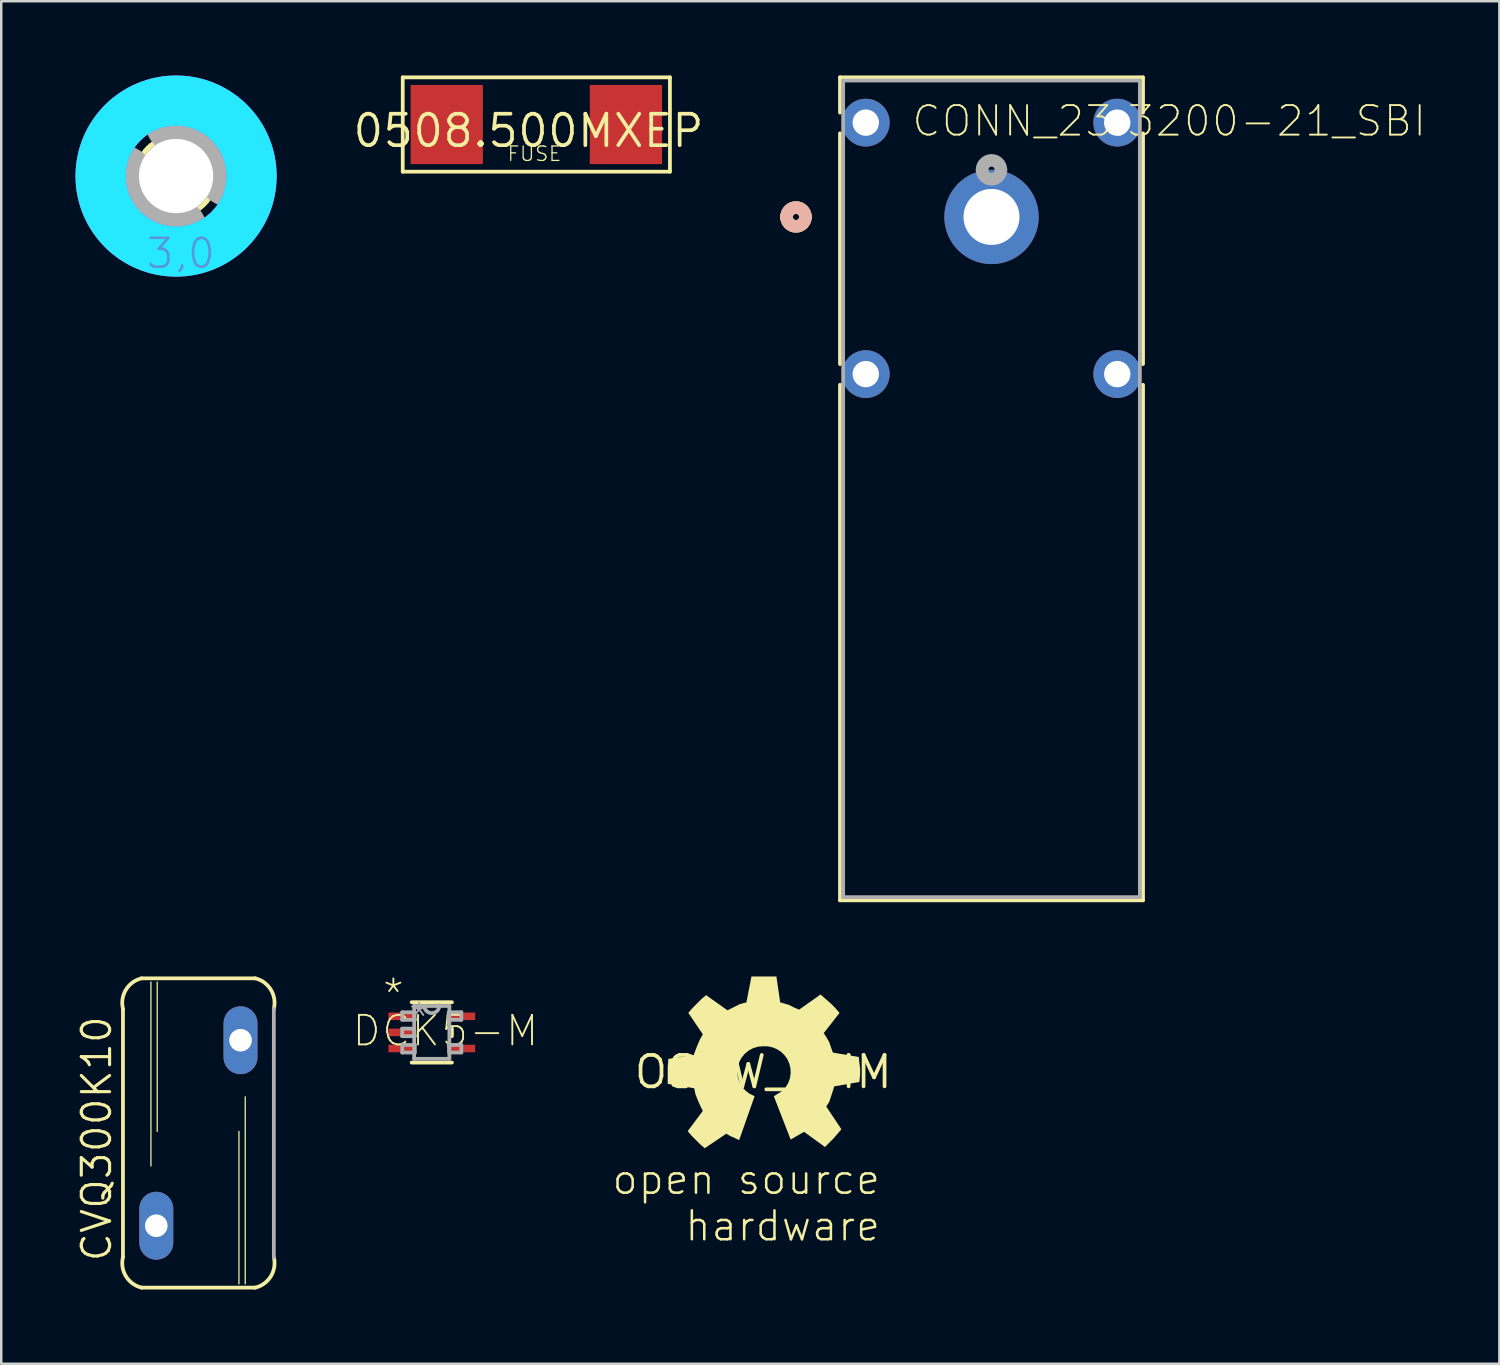
<source format=kicad_pcb>
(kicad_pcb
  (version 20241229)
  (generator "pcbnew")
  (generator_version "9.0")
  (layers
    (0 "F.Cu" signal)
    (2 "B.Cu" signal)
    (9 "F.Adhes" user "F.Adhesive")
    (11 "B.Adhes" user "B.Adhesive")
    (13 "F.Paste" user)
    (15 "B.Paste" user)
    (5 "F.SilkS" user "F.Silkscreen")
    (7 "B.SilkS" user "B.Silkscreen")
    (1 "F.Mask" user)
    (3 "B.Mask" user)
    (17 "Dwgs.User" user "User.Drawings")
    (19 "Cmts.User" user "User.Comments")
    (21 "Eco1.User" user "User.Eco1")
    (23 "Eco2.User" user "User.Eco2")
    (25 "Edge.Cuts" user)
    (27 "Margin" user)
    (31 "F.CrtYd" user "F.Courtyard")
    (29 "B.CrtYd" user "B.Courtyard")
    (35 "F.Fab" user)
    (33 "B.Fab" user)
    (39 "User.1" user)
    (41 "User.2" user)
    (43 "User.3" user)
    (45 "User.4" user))
  (footprint "CONN_23.3200-21_SBI"
    (layer "F.Cu")
    (at 37.01 5.715)
    (property "Reference" "CONN_23.3200-21_SBI" (at -3.277 -3.175 0) (layer "F.SilkS") (effects (font (size 1.194 1.194) (thickness 0.076)) (justify left bottom)))
    (fp_line (start -6.121 -5.639) (end -6.121 -4.216) (stroke (width 0.152) (type solid)) (layer "F.SilkS"))
    (fp_line (start -6.121 -3.378) (end -6.121 5.944) (stroke (width 0.152) (type solid)) (layer "F.SilkS"))
    (fp_line (start -6.121 6.782) (end -6.121 27.61) (stroke (width 0.152) (type solid)) (layer "F.SilkS"))
    (fp_line (start -6.121 27.61) (end 6.121 27.61) (stroke (width 0.152) (type solid)) (layer "F.SilkS"))
    (fp_line (start 6.121 -5.639) (end -6.121 -5.639) (stroke (width 0.152) (type solid)) (layer "F.SilkS"))
    (fp_line (start 6.121 -4.216) (end 6.121 -5.639) (stroke (width 0.152) (type solid)) (layer "F.SilkS"))
    (fp_line (start 6.121 5.944) (end 6.121 -3.378) (stroke (width 0.152) (type solid)) (layer "F.SilkS"))
    (fp_line (start 6.121 27.61) (end 6.121 6.782) (stroke (width 0.152) (type solid)) (layer "F.SilkS"))
    (fp_arc (start -8.2804 0) (mid -7.8994 -0.381) (end -7.5184 0) (stroke (width 0.508) (type solid)) (layer "F.SilkS"))
    (fp_arc (start -7.5184 0) (mid -7.8994 0.381) (end -8.2804 0) (stroke (width 0.508) (type solid)) (layer "F.SilkS"))
    (fp_arc (start -8.2804 0) (mid -7.8994 -0.381) (end -7.5184 0) (stroke (width 0.508) (type solid)) (layer "B.SilkS"))
    (fp_arc (start -7.5184 0) (mid -7.8994 0.381) (end -8.2804 0) (stroke (width 0.508) (type solid)) (layer "B.SilkS"))
    (fp_line (start -5.994 -5.512) (end -5.994 27.483) (stroke (width 0.152) (type solid)) (layer "F.Fab"))
    (fp_line (start -5.994 27.483) (end 5.994 27.483) (stroke (width 0.152) (type solid)) (layer "F.Fab"))
    (fp_line (start 5.994 -5.512) (end -5.994 -5.512) (stroke (width 0.152) (type solid)) (layer "F.Fab"))
    (fp_line (start 5.994 27.483) (end 5.994 -5.512) (stroke (width 0.152) (type solid)) (layer "F.Fab"))
    (fp_arc (start -0.381 -1.905) (mid 0 -2.286) (end 0.381 -1.905) (stroke (width 0.508) (type solid)) (layer "F.Fab"))
    (fp_arc (start 0.381 -1.905) (mid 0 -1.524) (end -0.381 -1.905) (stroke (width 0.508) (type solid)) (layer "F.Fab"))
    (pad "1" thru_hole circle (at 0 0) (size 3.81 3.81) (drill 2.261) (layers "*.Cu" "*.Mask"))
    (pad "2" thru_hole circle (at -5.08 -3.81 90) (size 1.93 1.93) (drill 1.067) (layers "*.Cu" "*.Mask"))
    (pad "3" thru_hole circle (at 5.08 -3.81 90) (size 1.93 1.93) (drill 1.067) (layers "*.Cu" "*.Mask"))
    (pad "4" thru_hole circle (at -5.08 6.35 90) (size 1.93 1.93) (drill 1.067) (layers "*.Cu" "*.Mask"))
    (pad "5" thru_hole circle (at 5.08 6.35 90) (size 1.93 1.93) (drill 1.067) (layers "*.Cu" "*.Mask")))
  (footprint "0508.500MXEP"
    (layer "F.Cu")
    (at 18.302 2.235)
    (property "Reference" "0508.500MXEP" (at 0 0 0) (layer "F.SilkS") (effects (font (size 1.27 1.27) (thickness 0.15))))
    (fp_line (start -5.08 -2.159) (end 5.715 -2.159) (stroke (width 0.152) (type solid)) (layer "F.SilkS"))
    (fp_line (start -5.08 1.651) (end -5.08 -2.159) (stroke (width 0.152) (type solid)) (layer "F.SilkS"))
    (fp_line (start 5.715 -2.159) (end 5.715 1.651) (stroke (width 0.152) (type solid)) (layer "F.SilkS"))
    (fp_line (start 5.715 1.651) (end -5.08 1.651) (stroke (width 0.152) (type solid)) (layer "F.SilkS"))
    (fp_text user "FUSE" (at -0.889 1.27 0) (layer "F.SilkS") (effects (font (size 0.584 0.584) (thickness 0.051)) (justify left bottom)))
    (pad "P$1" smd rect (at -3.302 -0.254 270) (size 3.2 2.921) (layers "F.Cu" "F.Mask" "F.Paste"))
    (pad "P$2" smd rect (at 3.937 -0.254 270) (size 3.2 2.921) (layers "F.Cu" "F.Mask" "F.Paste")))
  (footprint "DCK5-M"
    (layer "F.Cu")
    (at 14.395 38.662)
    (property "Reference" "DCK5-M" (at -3.277 0.635 0) (layer "F.SilkS") (effects (font (size 1.194 1.194) (thickness 0.076)) (justify left bottom)))
    (fp_line (start -0.813 1.219) (end 0.813 1.219) (stroke (width 0.152) (type solid)) (layer "F.SilkS"))
    (fp_line (start 0.813 -1.219) (end -0.813 -1.219) (stroke (width 0.152) (type solid)) (layer "F.SilkS"))
    (fp_line (start 0.813 0.152) (end 0.813 -0.152) (stroke (width 0.152) (type solid)) (layer "F.SilkS"))
    (fp_line (start -1.194 -0.813) (end -1.194 -0.508) (stroke (width 0.152) (type solid)) (layer "F.Fab"))
    (fp_line (start -1.194 -0.508) (end -0.686 -0.508) (stroke (width 0.152) (type solid)) (layer "F.Fab"))
    (fp_line (start -1.194 -0.152) (end -1.194 0.152) (stroke (width 0.152) (type solid)) (layer "F.Fab"))
    (fp_line (start -1.194 0.152) (end -0.686 0.152) (stroke (width 0.152) (type solid)) (layer "F.Fab"))
    (fp_line (start -1.194 0.508) (end -1.194 0.813) (stroke (width 0.152) (type solid)) (layer "F.Fab"))
    (fp_line (start -1.194 0.813) (end -0.686 0.813) (stroke (width 0.152) (type solid)) (layer "F.Fab"))
    (fp_line (start -0.711 -1.067) (end -0.711 -0.813) (stroke (width 0.152) (type solid)) (layer "F.Fab"))
    (fp_line (start -0.711 -0.813) (end -1.194 -0.813) (stroke (width 0.152) (type solid)) (layer "F.Fab"))
    (fp_line (start -0.711 -0.813) (end -0.711 -0.152) (stroke (width 0.152) (type solid)) (layer "F.Fab"))
    (fp_line (start -0.711 -0.152) (end -1.194 -0.152) (stroke (width 0.152) (type solid)) (layer "F.Fab"))
    (fp_line (start -0.711 -0.152) (end -0.711 1.067) (stroke (width 0.152) (type solid)) (layer "F.Fab"))
    (fp_line (start -0.711 1.067) (end 0.711 1.067) (stroke (width 0.152) (type solid)) (layer "F.Fab"))
    (fp_line (start -0.686 -0.508) (end -0.711 -0.813) (stroke (width 0.152) (type solid)) (layer "F.Fab"))
    (fp_line (start -0.686 0.152) (end -0.711 -0.152) (stroke (width 0.152) (type solid)) (layer "F.Fab"))
    (fp_line (start -0.686 0.508) (end -1.194 0.508) (stroke (width 0.152) (type solid)) (layer "F.Fab"))
    (fp_line (start -0.686 0.813) (end -0.686 0.508) (stroke (width 0.152) (type solid)) (layer "F.Fab"))
    (fp_line (start -0.305 -1.067) (end -0.711 -1.067) (stroke (width 0.152) (type solid)) (layer "F.Fab"))
    (fp_line (start 0.686 -0.813) (end 0.686 -0.508) (stroke (width 0.152) (type solid)) (layer "F.Fab"))
    (fp_line (start 0.686 -0.508) (end 1.194 -0.508) (stroke (width 0.152) (type solid)) (layer "F.Fab"))
    (fp_line (start 0.686 0.508) (end 0.711 0.813) (stroke (width 0.152) (type solid)) (layer "F.Fab"))
    (fp_line (start 0.711 -1.067) (end -0.305 -1.067) (stroke (width 0.152) (type solid)) (layer "F.Fab"))
    (fp_line (start 0.711 0.813) (end 0.711 -1.067) (stroke (width 0.152) (type solid)) (layer "F.Fab"))
    (fp_line (start 0.711 0.813) (end 1.194 0.813) (stroke (width 0.152) (type solid)) (layer "F.Fab"))
    (fp_line (start 0.711 1.067) (end 0.711 0.813) (stroke (width 0.152) (type solid)) (layer "F.Fab"))
    (fp_line (start 1.194 -0.813) (end 0.686 -0.813) (stroke (width 0.152) (type solid)) (layer "F.Fab"))
    (fp_line (start 1.194 -0.508) (end 1.194 -0.813) (stroke (width 0.152) (type solid)) (layer "F.Fab"))
    (fp_line (start 1.194 0.508) (end 0.686 0.508) (stroke (width 0.152) (type solid)) (layer "F.Fab"))
    (fp_line (start 1.194 0.813) (end 1.194 0.508) (stroke (width 0.152) (type solid)) (layer "F.Fab"))
    (fp_arc (start 0.3048 -1.0922) (mid 0.0127 -0.7747) (end -0.3048 -1.0668) (stroke (width 0.1524) (type solid)) (layer "F.Fab"))
    (fp_text user "*" (at -2.057 -0.838 0) (layer "F.SilkS") (effects (font (size 1.194 1.194) (thickness 0.076)) (justify left bottom)))
    (fp_text user "*" (at -1.016 0.127 0) (layer "F.Fab") (effects (font (size 1.194 1.194) (thickness 0.076)) (justify left bottom)))
    (pad "1" smd rect (at -1.226 -0.65) (size 1.054 0.305) (layers "F.Cu" "F.Mask" "F.Paste"))
    (pad "2" smd rect (at -1.226 0) (size 1.054 0.305) (layers "F.Cu" "F.Mask" "F.Paste"))
    (pad "3" smd rect (at -1.226 0.65) (size 1.054 0.305) (layers "F.Cu" "F.Mask" "F.Paste"))
    (pad "4" smd rect (at 1.226 0.65) (size 1.054 0.305) (layers "F.Cu" "F.Mask" "F.Paste"))
    (pad "5" smd rect (at 1.226 -0.65) (size 1.054 0.305) (layers "F.Cu" "F.Mask" "F.Paste")))
  (footprint "CVQ300K10"
    (layer "F.Cu")
    (at 4.966 42.726)
    (property "Reference" "CVQ300K10" (at -3.442 5.271 90) (layer "F.SilkS") (effects (font (size 1.143 1.143) (thickness 0.127)) (justify left bottom)))
    (fp_line (start -3.048 5.016) (end -3.048 -5.016) (stroke (width 0.152) (type solid)) (layer "F.SilkS"))
    (fp_line (start -2.299 -6.248) (end 2.299 -6.248) (stroke (width 0.152) (type solid)) (layer "F.SilkS"))
    (fp_line (start -2.299 6.248) (end 2.299 6.248) (stroke (width 0.152) (type solid)) (layer "F.SilkS"))
    (fp_line (start -1.918 1.333) (end -1.918 -6.096) (stroke (width 0.051) (type solid)) (layer "F.SilkS"))
    (fp_line (start -1.664 -0.064) (end -1.664 -6.096) (stroke (width 0.051) (type solid)) (layer "F.SilkS"))
    (fp_line (start 1.638 6.096) (end 1.638 -0.064) (stroke (width 0.051) (type solid)) (layer "F.SilkS"))
    (fp_line (start 1.892 6.096) (end 1.892 -1.46) (stroke (width 0.051) (type solid)) (layer "F.SilkS"))
    (fp_arc (start -3.048 -5.0165) (mid -2.928485 -5.787635) (end -2.2987 -6.2484) (stroke (width 0.1524) (type solid)) (layer "F.SilkS"))
    (fp_arc (start -2.2987 6.2484) (mid -2.928485 5.787635) (end -3.048 5.0165) (stroke (width 0.1524) (type solid)) (layer "F.SilkS"))
    (fp_arc (start 2.2987 -6.2484) (mid 2.928485 -5.787635) (end 3.048 -5.0165) (stroke (width 0.1524) (type solid)) (layer "F.SilkS"))
    (fp_arc (start 3.048 5.0165) (mid 2.928485 5.787635) (end 2.2987 6.2484) (stroke (width 0.1524) (type solid)) (layer "F.SilkS"))
    (fp_line (start 3.048 5.016) (end 3.048 -5.016) (stroke (width 0.152) (type solid)) (layer "F.Fab"))
    (pad "1" thru_hole oval (at -1.702 3.747 90) (size 2.743 1.372) (drill 0.914) (layers "*.Cu" "*.Mask"))
    (pad "2" thru_hole oval (at 1.702 -3.747 90) (size 2.743 1.372) (drill 0.914) (layers "*.Cu" "*.Mask")))
  (footprint "3,0"
    (layer "F.Cu")
    (at 4.064 4.064)
    (property "Reference" "3,0" (at 0 0 0) (layer "F.SilkS") (effects (font (size 1.27 1.27) (thickness 0.15))))
    (fp_circle (center 0 0) (end 1.6 0) (stroke (width 0.203) (type solid)) (fill no) (layer "F.SilkS"))
    (fp_circle (center 0 0) (end 3.429 0) (stroke (width 0.152) (type solid)) (fill no) (layer "F.SilkS"))
    (fp_circle (center 0 0) (end 3.048 0) (stroke (width 2.032) (type solid)) (fill no) (layer "B.CrtYd"))
    (fp_circle (center 0 0) (end 3.048 0) (stroke (width 2.032) (type solid)) (fill no) (layer "F.CrtYd"))
    (fp_arc (start 0 -2.159) (mid 1.526644 -1.526644) (end 2.159 0) (stroke (width 2.4892) (type solid)) (layer "F.Fab"))
    (fp_arc (start 0 2.159) (mid -1.526644 1.526644) (end -2.159 0) (stroke (width 2.4892) (type solid)) (layer "F.Fab"))
    (fp_circle (center 0 0) (end 0.762 0) (stroke (width 0.457) (type solid)) (fill no) (layer "F.Fab"))
    (fp_text user "3,0" (at -1.27 3.81 0) (layer "Cmts.User") (effects (font (size 1.168 1.168) (thickness 0.102)) (justify left bottom)))
    (pad "" np_thru_hole circle (at 0 0) (size 3 3) (drill 3) (layers "*.Cu" "*.Mask"))
    (zone (net_name "") (layer "F.Cu") (hatch edge 0.5) (connect_pads) (min_thickness 0.25) (filled_areas_thickness no) (keepout (tracks not_allowed) (vias not_allowed) (pads not_allowed) (copperpour not_allowed) (footprints allowed)) (placement (enabled no)) (fill) (polygon (pts (xy 8.128 4.064) (xy 8.108 3.659) (xy 8.047 3.259) (xy 7.947 2.866) (xy 7.809 2.485) (xy 7.633 2.12) (xy 7.422 1.775) (xy 7.177 1.452) (xy 6.902 1.155) (xy 6.598 0.887) (xy 6.269 0.65) (xy 5.918 0.448) (xy 5.549 0.281) (xy 5.165 0.152) (xy 4.77 0.062) (xy 4.368 0.011) (xy 3.963 0.001) (xy 3.559 0.032) (xy 3.16 0.102) (xy 2.77 0.212) (xy 2.393 0.36) (xy 2.032 0.544) (xy 1.692 0.764) (xy 1.375 1.017) (xy 1.085 1.3) (xy 0.824 1.61) (xy 0.596 1.945) (xy 0.402 2.301) (xy 0.245 2.674) (xy 0.126 3.061) (xy 0.045 3.458) (xy 0.005 3.861) (xy 0.005 4.267) (xy 0.045 4.67) (xy 0.126 5.067) (xy 0.245 5.454) (xy 0.402 5.827) (xy 0.596 6.183) (xy 0.824 6.518) (xy 1.085 6.828) (xy 1.375 7.111) (xy 1.692 7.364) (xy 2.032 7.584) (xy 2.393 7.768) (xy 2.77 7.916) (xy 3.16 8.026) (xy 3.559 8.096) (xy 3.963 8.127) (xy 4.368 8.117) (xy 4.77 8.066) (xy 5.165 7.976) (xy 5.549 7.847) (xy 5.918 7.68) (xy 6.269 7.478) (xy 6.598 7.241) (xy 6.902 6.973) (xy 7.177 6.676) (xy 7.422 6.353) (xy 7.633 6.008) (xy 7.809 5.643) (xy 7.947 5.262) (xy 8.047 4.869) (xy 8.108 4.469))) (polygon (pts (xy 6.096 4.064) (xy 6.076 3.781) (xy 6.017 3.504) (xy 5.92 3.238) (xy 5.787 2.987) (xy 5.621 2.758) (xy 5.424 2.554) (xy 5.2 2.379) (xy 4.955 2.238) (xy 4.692 2.131) (xy 4.417 2.063) (xy 4.135 2.033) (xy 3.852 2.043) (xy 3.572 2.092) (xy 3.303 2.18) (xy 3.048 2.304) (xy 2.813 2.463) (xy 2.602 2.652) (xy 2.42 2.87) (xy 2.27 3.11) (xy 2.155 3.369) (xy 2.076 3.642) (xy 2.037 3.922) (xy 2.037 4.206) (xy 2.076 4.486) (xy 2.155 4.759) (xy 2.27 5.018) (xy 2.42 5.258) (xy 2.602 5.476) (xy 2.813 5.665) (xy 3.048 5.824) (xy 3.303 5.948) (xy 3.572 6.036) (xy 3.852 6.085) (xy 4.135 6.095) (xy 4.417 6.065) (xy 4.692 5.997) (xy 4.955 5.89) (xy 5.2 5.749) (xy 5.424 5.574) (xy 5.621 5.37) (xy 5.787 5.141) (xy 5.92 4.89) (xy 6.017 4.624) (xy 6.076 4.347))))
    (zone (net_name "") (layers "F.Cu" "B.Cu") (hatch edge 0.5) (connect_pads) (min_thickness 0.25) (filled_areas_thickness no) (keepout (tracks allowed) (vias not_allowed) (pads allowed) (copperpour allowed) (footprints allowed)) (placement (enabled no)) (fill) (polygon (pts (xy 8.128 4.064) (xy 8.108 3.659) (xy 8.047 3.259) (xy 7.947 2.866) (xy 7.809 2.485) (xy 7.633 2.12) (xy 7.422 1.775) (xy 7.177 1.452) (xy 6.902 1.155) (xy 6.598 0.887) (xy 6.269 0.65) (xy 5.918 0.448) (xy 5.549 0.281) (xy 5.165 0.152) (xy 4.77 0.062) (xy 4.368 0.011) (xy 3.963 0.001) (xy 3.559 0.032) (xy 3.16 0.102) (xy 2.77 0.212) (xy 2.393 0.36) (xy 2.032 0.544) (xy 1.692 0.764) (xy 1.375 1.017) (xy 1.085 1.3) (xy 0.824 1.61) (xy 0.596 1.945) (xy 0.402 2.301) (xy 0.245 2.674) (xy 0.126 3.061) (xy 0.045 3.458) (xy 0.005 3.861) (xy 0.005 4.267) (xy 0.045 4.67) (xy 0.126 5.067) (xy 0.245 5.454) (xy 0.402 5.827) (xy 0.596 6.183) (xy 0.824 6.518) (xy 1.085 6.828) (xy 1.375 7.111) (xy 1.692 7.364) (xy 2.032 7.584) (xy 2.393 7.768) (xy 2.77 7.916) (xy 3.16 8.026) (xy 3.559 8.096) (xy 3.963 8.127) (xy 4.368 8.117) (xy 4.77 8.066) (xy 5.165 7.976) (xy 5.549 7.847) (xy 5.918 7.68) (xy 6.269 7.478) (xy 6.598 7.241) (xy 6.902 6.973) (xy 7.177 6.676) (xy 7.422 6.353) (xy 7.633 6.008) (xy 7.809 5.643) (xy 7.947 5.262) (xy 8.047 4.869) (xy 8.108 4.469))) (polygon (pts (xy 6.096 4.064) (xy 6.076 3.781) (xy 6.017 3.504) (xy 5.92 3.238) (xy 5.787 2.987) (xy 5.621 2.758) (xy 5.424 2.554) (xy 5.2 2.379) (xy 4.955 2.238) (xy 4.692 2.131) (xy 4.417 2.063) (xy 4.135 2.033) (xy 3.852 2.043) (xy 3.572 2.092) (xy 3.303 2.18) (xy 3.048 2.304) (xy 2.813 2.463) (xy 2.602 2.652) (xy 2.42 2.87) (xy 2.27 3.11) (xy 2.155 3.369) (xy 2.076 3.642) (xy 2.037 3.922) (xy 2.037 4.206) (xy 2.076 4.486) (xy 2.155 4.759) (xy 2.27 5.018) (xy 2.42 5.258) (xy 2.602 5.476) (xy 2.813 5.665) (xy 3.048 5.824) (xy 3.303 5.948) (xy 3.572 6.036) (xy 3.852 6.085) (xy 4.135 6.095) (xy 4.417 6.065) (xy 4.692 5.997) (xy 4.955 5.89) (xy 5.2 5.749) (xy 5.424 5.574) (xy 5.621 5.37) (xy 5.787 5.141) (xy 5.92 4.89) (xy 6.017 4.624) (xy 6.076 4.347))))
    (zone (net_name "") (layer "B.Cu") (hatch edge 0.5) (connect_pads) (min_thickness 0.25) (filled_areas_thickness no) (keepout (tracks not_allowed) (vias not_allowed) (pads not_allowed) (copperpour not_allowed) (footprints allowed)) (placement (enabled no)) (fill) (polygon (pts (xy 8.128 4.064) (xy 8.108 3.659) (xy 8.047 3.259) (xy 7.947 2.866) (xy 7.809 2.485) (xy 7.633 2.12) (xy 7.422 1.775) (xy 7.177 1.452) (xy 6.902 1.155) (xy 6.598 0.887) (xy 6.269 0.65) (xy 5.918 0.448) (xy 5.549 0.281) (xy 5.165 0.152) (xy 4.77 0.062) (xy 4.368 0.011) (xy 3.963 0.001) (xy 3.559 0.032) (xy 3.16 0.102) (xy 2.77 0.212) (xy 2.393 0.36) (xy 2.032 0.544) (xy 1.692 0.764) (xy 1.375 1.017) (xy 1.085 1.3) (xy 0.824 1.61) (xy 0.596 1.945) (xy 0.402 2.301) (xy 0.245 2.674) (xy 0.126 3.061) (xy 0.045 3.458) (xy 0.005 3.861) (xy 0.005 4.267) (xy 0.045 4.67) (xy 0.126 5.067) (xy 0.245 5.454) (xy 0.402 5.827) (xy 0.596 6.183) (xy 0.824 6.518) (xy 1.085 6.828) (xy 1.375 7.111) (xy 1.692 7.364) (xy 2.032 7.584) (xy 2.393 7.768) (xy 2.77 7.916) (xy 3.16 8.026) (xy 3.559 8.096) (xy 3.963 8.127) (xy 4.368 8.117) (xy 4.77 8.066) (xy 5.165 7.976) (xy 5.549 7.847) (xy 5.918 7.68) (xy 6.269 7.478) (xy 6.598 7.241) (xy 6.902 6.973) (xy 7.177 6.676) (xy 7.422 6.353) (xy 7.633 6.008) (xy 7.809 5.643) (xy 7.947 5.262) (xy 8.047 4.869) (xy 8.108 4.469))) (polygon (pts (xy 6.096 4.064) (xy 6.076 3.781) (xy 6.017 3.504) (xy 5.92 3.238) (xy 5.787 2.987) (xy 5.621 2.758) (xy 5.424 2.554) (xy 5.2 2.379) (xy 4.955 2.238) (xy 4.692 2.131) (xy 4.417 2.063) (xy 4.135 2.033) (xy 3.852 2.043) (xy 3.572 2.092) (xy 3.303 2.18) (xy 3.048 2.304) (xy 2.813 2.463) (xy 2.602 2.652) (xy 2.42 2.87) (xy 2.27 3.11) (xy 2.155 3.369) (xy 2.076 3.642) (xy 2.037 3.922) (xy 2.037 4.206) (xy 2.076 4.486) (xy 2.155 4.759) (xy 2.27 5.018) (xy 2.42 5.258) (xy 2.602 5.476) (xy 2.813 5.665) (xy 3.048 5.824) (xy 3.303 5.948) (xy 3.572 6.036) (xy 3.852 6.085) (xy 4.135 6.095) (xy 4.417 6.065) (xy 4.692 5.997) (xy 4.955 5.89) (xy 5.2 5.749) (xy 5.424 5.574) (xy 5.621 5.37) (xy 5.787 5.141) (xy 5.92 4.89) (xy 6.017 4.624) (xy 6.076 4.347)))))
  (footprint "OSHW_8MM"
    (layer "F.Cu")
    (at 27.789 40.262)
    (property "Reference" "OSHW_8MM" (at 0 0 0) (layer "F.SilkS") (effects (font (size 1.27 1.27) (thickness 0.15))))
    (fp_poly (pts (xy 0.683 -2.814) (xy 0.845 -2.768) (xy 1.025 -2.716) (xy 1.23 -2.614) (xy 1.445 -2.518) (xy 2.313 -3.131) (xy 2.531 -2.94) (xy 2.735 -2.762) (xy 2.914 -2.583) (xy 3.081 -2.388) (xy 2.444 -1.573) (xy 2.562 -1.385) (xy 2.665 -1.204) (xy 2.716 -1.05) (xy 2.813 -0.785) (xy 3.859 -0.606) (xy 3.886 -0.333) (xy 3.912 -0.129) (xy 3.912 0.103) (xy 3.884 0.403) (xy 2.865 0.581) (xy 2.818 0.744) (xy 2.742 0.973) (xy 2.665 1.205) (xy 2.545 1.397) (xy 3.156 2.313) (xy 2.991 2.506) (xy 2.838 2.684) (xy 2.685 2.837) (xy 2.492 3.031) (xy 1.649 2.418) (xy 1.486 2.511) (xy 1.308 2.613) (xy 1.105 2.729) (xy 0.426 0.98) (xy 0.779 0.757) (xy 0.908 0.611) (xy 1.008 0.443) (xy 1.075 0.258) (xy 1.106 0.065) (xy 1.1 -0.131) (xy 1.057 -0.323) (xy 0.98 -0.503) (xy 0.869 -0.665) (xy 0.731 -0.804) (xy 0.569 -0.914) (xy 0.389 -0.992) (xy 0.198 -1.035) (xy 0.001 -1.041) (xy -0.207 -1.023) (xy -0.405 -0.965) (xy -0.588 -0.868) (xy -0.748 -0.737) (xy -0.879 -0.576) (xy -0.975 -0.393) (xy -1.033 -0.194) (xy -1.05 0.012) (xy -1.026 0.218) (xy -0.962 0.415) (xy -0.859 0.594) (xy -0.723 0.75) (xy -0.558 0.876) (xy -0.347 0.979) (xy -0.358 1) (xy -0.976 2.753) (xy -1.154 2.665) (xy -1.332 2.588) (xy -1.497 2.494) (xy -2.364 3.08) (xy -2.532 2.94) (xy -2.71 2.761) (xy -2.889 2.583) (xy -3.055 2.389) (xy -2.443 1.572) (xy -2.538 1.382) (xy -2.64 1.153) (xy -2.742 0.896) (xy -2.79 0.657) (xy -3.861 0.479) (xy -3.861 -0.204) (xy -3.834 -0.53) (xy -2.813 -0.683) (xy -2.742 -0.873) (xy -2.665 -1.076) (xy -2.563 -1.307) (xy -2.443 -1.523) (xy -3.029 -2.389) (xy -2.863 -2.583) (xy -2.685 -2.761) (xy -2.506 -2.94) (xy -2.313 -3.106) (xy -1.446 -2.493) (xy -1.154 -2.639) (xy -0.949 -2.742) (xy -0.682 -2.814) (xy -0.478 -3.861) (xy 0.53 -3.861)) (stroke (width 0) (type default)) (fill yes) (layer "F.SilkS"))
    (fp_text user "open source\n  hardware" (at 4.801 3.658 0) (layer "F.SilkS") (effects (font (size 1.168 1.168) (thickness 0.102)) (justify right top))))
  (gr_rect
    (start -3 -3)
    (end 57.529 52.05)
    (stroke (width 0.1) (type default))
    (fill no)
    (layer "Edge.Cuts")))
</source>
